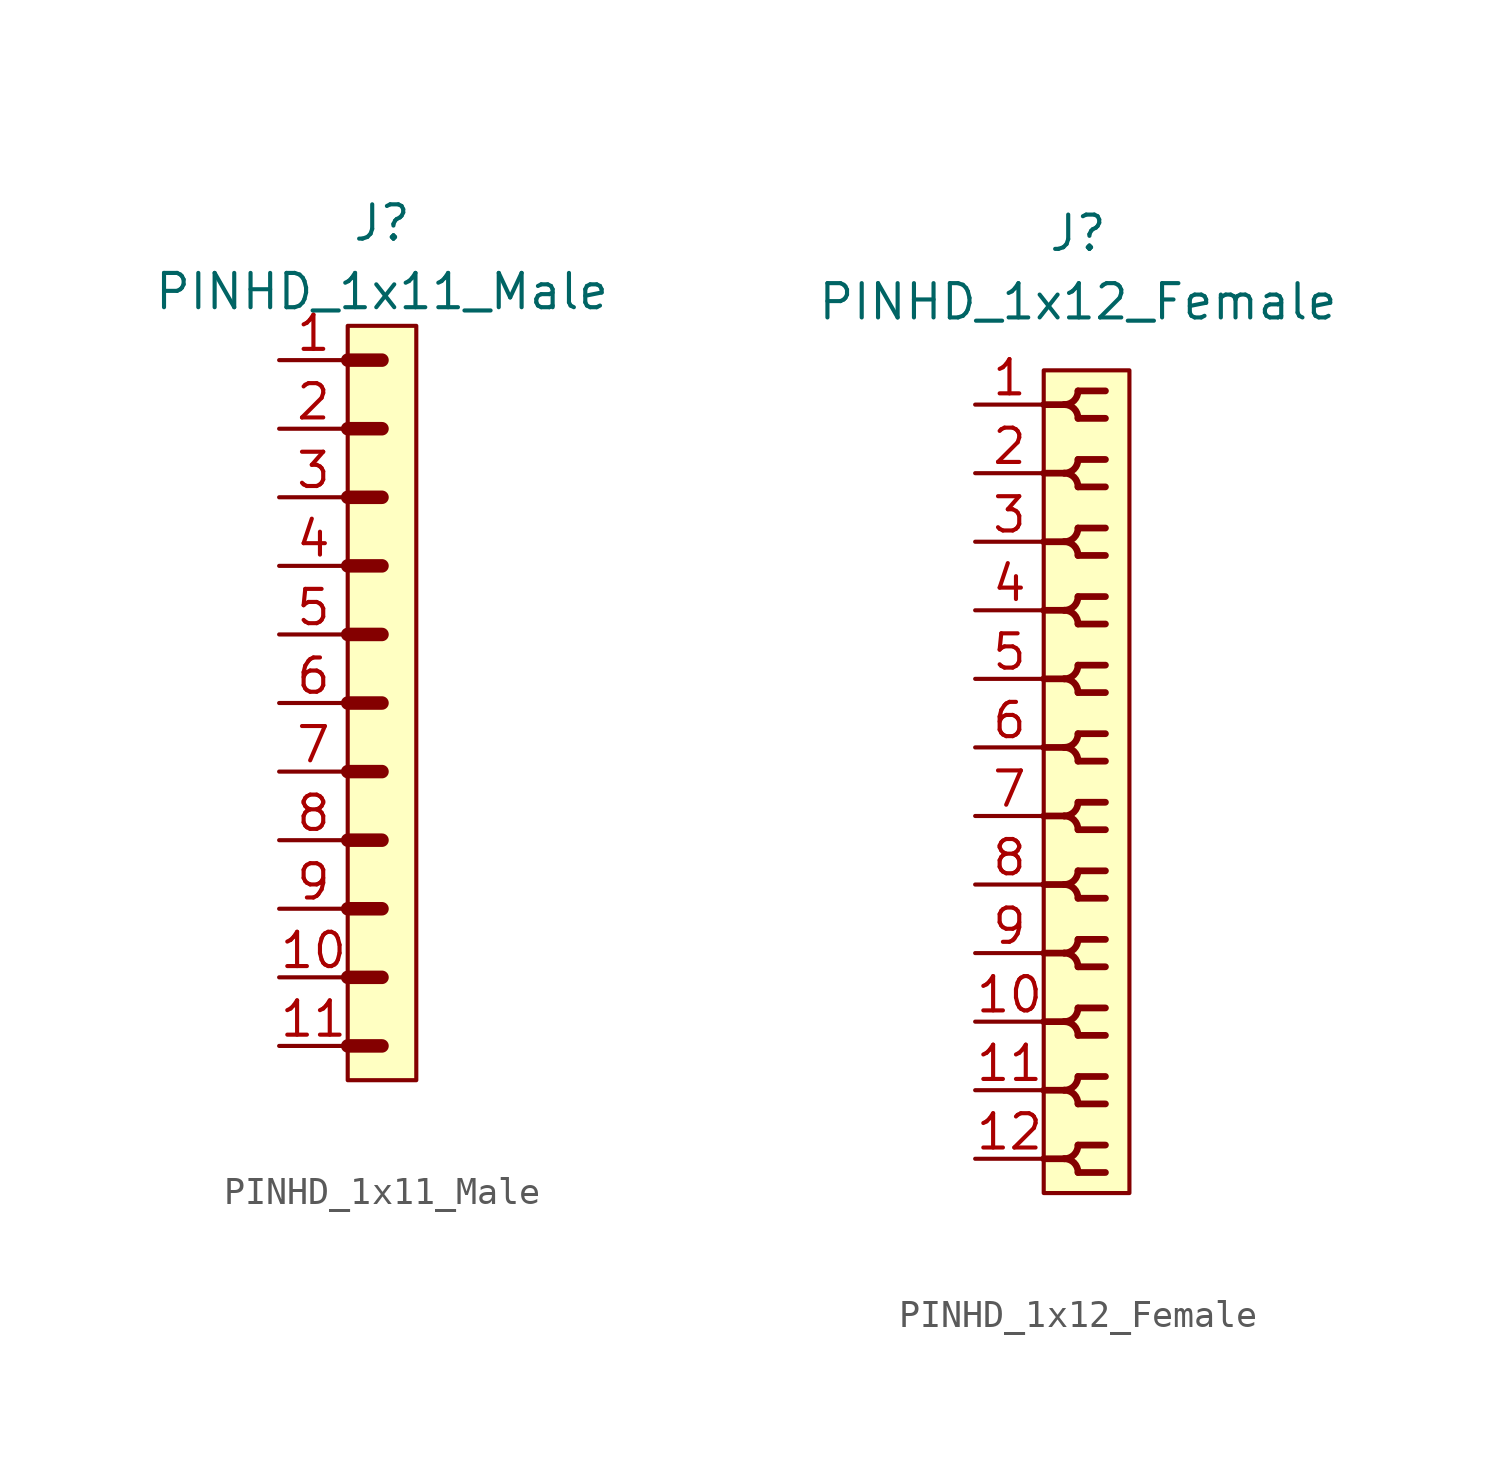
<source format=kicad_sym>
(kicad_symbol_lib
  (version 20211014)
  (generator kicad_symbol_editor)
  (symbol "PINHD_1x11_Male"
    (property "Reference" "J"
      (at 0 17.78 0)
      (effects (font (size 1.27 1.27))))
    (property "Value" "PINHD_1x11_Male"
      (at 0 15.24 0)
      (effects (font (size 1.27 1.27))))
    (symbol "PINHD_1x11_Male_0_1"
      (rectangle (start -1.27 13.97) (end 1.27 -13.97) (stroke (width 0) (type default) (color 0 0 0 0)) (fill (type background)))
      (polyline (pts (xy -1.27 -12.7) (xy 0 -12.7)) (stroke (width 0.5) (type default) (color 0 0 0 0)) (fill (type none)))
      (polyline (pts (xy -1.27 -10.16) (xy 0 -10.16)) (stroke (width 0.3) (type default) (color 0 0 0 0)) (fill (type none)))
      (polyline (pts (xy -1.27 -10.16) (xy 0 -10.16)) (stroke (width 0.5) (type default) (color 0 0 0 0)) (fill (type none)))
      (polyline (pts (xy -1.27 -7.62) (xy 0 -7.62)) (stroke (width 0.3) (type default) (color 0 0 0 0)) (fill (type none)))
      (polyline (pts (xy -1.27 -7.62) (xy 0 -7.62)) (stroke (width 0.5) (type default) (color 0 0 0 0)) (fill (type none)))
      (polyline (pts (xy -1.27 -5.08) (xy 0 -5.08)) (stroke (width 0.3) (type default) (color 0 0 0 0)) (fill (type none)))
      (polyline (pts (xy -1.27 -5.08) (xy 0 -5.08)) (stroke (width 0.5) (type default) (color 0 0 0 0)) (fill (type none)))
      (polyline (pts (xy -1.27 -2.54) (xy 0 -2.54)) (stroke (width 0.3) (type default) (color 0 0 0 0)) (fill (type none)))
      (polyline (pts (xy -1.27 -2.54) (xy 0 -2.54)) (stroke (width 0.5) (type default) (color 0 0 0 0)) (fill (type none)))
      (polyline (pts (xy -1.27 0) (xy 0 0)) (stroke (width 0.3) (type default) (color 0 0 0 0)) (fill (type none)))
      (polyline (pts (xy -1.27 0) (xy 0 0)) (stroke (width 0.5) (type default) (color 0 0 0 0)) (fill (type none)))
      (polyline (pts (xy -1.27 2.54) (xy 0 2.54)) (stroke (width 0.3) (type default) (color 0 0 0 0)) (fill (type none)))
      (polyline (pts (xy -1.27 2.54) (xy 0 2.54)) (stroke (width 0.5) (type default) (color 0 0 0 0)) (fill (type none)))
      (polyline (pts (xy -1.27 5.08) (xy 0 5.08)) (stroke (width 0.3) (type default) (color 0 0 0 0)) (fill (type none)))
      (polyline (pts (xy -1.27 5.08) (xy 0 5.08)) (stroke (width 0.5) (type default) (color 0 0 0 0)) (fill (type none)))
      (polyline (pts (xy -1.27 7.62) (xy 0 7.62)) (stroke (width 0.3) (type default) (color 0 0 0 0)) (fill (type none)))
      (polyline (pts (xy -1.27 7.62) (xy 0 7.62)) (stroke (width 0.5) (type default) (color 0 0 0 0)) (fill (type none)))
      (polyline (pts (xy -1.27 10.16) (xy 0 10.16)) (stroke (width 0.3) (type default) (color 0 0 0 0)) (fill (type none)))
      (polyline (pts (xy -1.27 10.16) (xy 0 10.16)) (stroke (width 0.5) (type default) (color 0 0 0 0)) (fill (type none)))
      (polyline (pts (xy -1.27 12.7) (xy 0 12.7)) (stroke (width 0.5) (type default) (color 0 0 0 0)) (fill (type none))))
    (symbol "PINHD_1x11_Male_1_1"
      (pin passive line (at -3.81 12.7 0) (length 2.54) (name "" (effects (font (size 1.27 1.27)))) (number "1" (effects (font (size 1.27 1.27)))))
      (pin passive line (at -3.81 -10.16 0) (length 2.54) (name "" (effects (font (size 1.27 1.27)))) (number "10" (effects (font (size 1.27 1.27)))))
      (pin passive line (at -3.81 -12.7 0) (length 2.54) (name "" (effects (font (size 1.27 1.27)))) (number "11" (effects (font (size 1.27 1.27)))))
      (pin passive line (at -3.81 10.16 0) (length 2.54) (name "" (effects (font (size 1.27 1.27)))) (number "2" (effects (font (size 1.27 1.27)))))
      (pin passive line (at -3.81 7.62 0) (length 2.54) (name "" (effects (font (size 1.27 1.27)))) (number "3" (effects (font (size 1.27 1.27)))))
      (pin passive line (at -3.81 5.08 0) (length 2.54) (name "" (effects (font (size 1.27 1.27)))) (number "4" (effects (font (size 1.27 1.27)))))
      (pin passive line (at -3.81 2.54 0) (length 2.54) (name "" (effects (font (size 1.27 1.27)))) (number "5" (effects (font (size 1.27 1.27)))))
      (pin passive line (at -3.81 0 0) (length 2.54) (name "" (effects (font (size 1.27 1.27)))) (number "6" (effects (font (size 1.27 1.27)))))
      (pin passive line (at -3.81 -2.54 0) (length 2.54) (name "" (effects (font (size 1.27 1.27)))) (number "7" (effects (font (size 1.27 1.27)))))
      (pin passive line (at -3.81 -5.08 0) (length 2.54) (name "" (effects (font (size 1.27 1.27)))) (number "8" (effects (font (size 1.27 1.27)))))
      (pin passive line (at -3.81 -7.62 0) (length 2.54) (name "" (effects (font (size 1.27 1.27)))) (number "9" (effects (font (size 1.27 1.27)))))))
  (symbol "PINHD_1x12_Female"
    (property "Reference" "J"
      (at 0 20.32 0)
      (effects (font (size 1.27 1.27))))
    (property "Value" "PINHD_1x12_Female"
      (at 0 17.78 0)
      (effects (font (size 1.27 1.27))))
    (symbol "PINHD_1x12_Female_0_1"
      (rectangle (start -1.27 15.24) (end 1.905 -15.24) (stroke (width 0) (type default) (color 0 0 0 0)) (fill (type background)))
      (arc (start -0.508 -13.97) (mid 0.3592 -14.3292) (end 0 -13.462) (stroke (width 0.25) (type default) (color 0 0 0 0)) (fill (type none)))
      (arc (start -0.508 -11.43) (mid 0.3592 -11.7892) (end 0 -10.922) (stroke (width 0.25) (type default) (color 0 0 0 0)) (fill (type none)))
      (arc (start -0.508 -8.89) (mid 0.3592 -9.2492) (end 0 -8.382) (stroke (width 0.25) (type default) (color 0 0 0 0)) (fill (type none)))
      (arc (start -0.508 -6.35) (mid 0.3592 -6.7092) (end 0 -5.842) (stroke (width 0.25) (type default) (color 0 0 0 0)) (fill (type none)))
      (arc (start -0.508 -3.81) (mid 0.3592 -4.1692) (end 0 -3.302) (stroke (width 0.25) (type default) (color 0 0 0 0)) (fill (type none)))
      (arc (start -0.508 -1.27) (mid 0.3592 -1.6292) (end 0 -0.762) (stroke (width 0.25) (type default) (color 0 0 0 0)) (fill (type none)))
      (arc (start -0.508 1.27) (mid 0.3592 0.9108) (end 0 1.778) (stroke (width 0.25) (type default) (color 0 0 0 0)) (fill (type none)))
      (arc (start -0.508 3.81) (mid 0.3592 3.4508) (end 0 4.318) (stroke (width 0.25) (type default) (color 0 0 0 0)) (fill (type none)))
      (arc (start -0.508 6.35) (mid 0.3592 5.9908) (end 0 6.858) (stroke (width 0.25) (type default) (color 0 0 0 0)) (fill (type none)))
      (arc (start -0.508 8.89) (mid 0.3592 8.5308) (end 0 9.398) (stroke (width 0.25) (type default) (color 0 0 0 0)) (fill (type none)))
      (arc (start -0.508 11.43) (mid 0.3592 11.0708) (end 0 11.938) (stroke (width 0.25) (type default) (color 0 0 0 0)) (fill (type none)))
      (arc (start -0.508 13.97) (mid 0.3592 13.6108) (end 0 14.478) (stroke (width 0.25) (type default) (color 0 0 0 0)) (fill (type none)))
      (arc (start 0 -14.478) (mid 0.3592 -13.6108) (end -0.508 -13.97) (stroke (width 0.25) (type default) (color 0 0 0 0)) (fill (type none)))
      (arc (start 0 -11.938) (mid 0.3592 -11.0708) (end -0.508 -11.43) (stroke (width 0.25) (type default) (color 0 0 0 0)) (fill (type none)))
      (arc (start 0 -9.398) (mid 0.3592 -8.5308) (end -0.508 -8.89) (stroke (width 0.25) (type default) (color 0 0 0 0)) (fill (type none)))
      (arc (start 0 -6.858) (mid 0.3592 -5.9908) (end -0.508 -6.35) (stroke (width 0.25) (type default) (color 0 0 0 0)) (fill (type none)))
      (arc (start 0 -4.318) (mid 0.3592 -3.4508) (end -0.508 -3.81) (stroke (width 0.25) (type default) (color 0 0 0 0)) (fill (type none)))
      (arc (start 0 -1.778) (mid 0.3592 -0.9108) (end -0.508 -1.27) (stroke (width 0.25) (type default) (color 0 0 0 0)) (fill (type none)))
      (polyline (pts (xy -1.27 -13.97) (xy -0.508 -13.97)) (stroke (width 0.25) (type default) (color 0 0 0 0)) (fill (type none)))
      (polyline (pts (xy -1.27 -11.43) (xy -0.508 -11.43)) (stroke (width 0.25) (type default) (color 0 0 0 0)) (fill (type none)))
      (polyline (pts (xy -1.27 -8.89) (xy -0.508 -8.89)) (stroke (width 0.25) (type default) (color 0 0 0 0)) (fill (type none)))
      (polyline (pts (xy -1.27 -6.35) (xy -0.508 -6.35)) (stroke (width 0.25) (type default) (color 0 0 0 0)) (fill (type none)))
      (polyline (pts (xy -1.27 -3.81) (xy -0.508 -3.81)) (stroke (width 0.25) (type default) (color 0 0 0 0)) (fill (type none)))
      (polyline (pts (xy -1.27 -1.27) (xy -0.508 -1.27)) (stroke (width 0.25) (type default) (color 0 0 0 0)) (fill (type none)))
      (polyline (pts (xy -1.27 1.27) (xy -0.508 1.27)) (stroke (width 0.25) (type default) (color 0 0 0 0)) (fill (type none)))
      (polyline (pts (xy -1.27 3.81) (xy -0.508 3.81)) (stroke (width 0.25) (type default) (color 0 0 0 0)) (fill (type none)))
      (polyline (pts (xy -1.27 6.35) (xy -0.508 6.35)) (stroke (width 0.25) (type default) (color 0 0 0 0)) (fill (type none)))
      (polyline (pts (xy -1.27 8.89) (xy -0.508 8.89)) (stroke (width 0.25) (type default) (color 0 0 0 0)) (fill (type none)))
      (polyline (pts (xy -1.27 11.43) (xy -0.508 11.43)) (stroke (width 0.25) (type default) (color 0 0 0 0)) (fill (type none)))
      (polyline (pts (xy -1.27 13.97) (xy -0.508 13.97)) (stroke (width 0.25) (type default) (color 0 0 0 0)) (fill (type none)))
      (polyline (pts (xy 0 -14.478) (xy 1.016 -14.478)) (stroke (width 0.25) (type default) (color 0 0 0 0)) (fill (type none)))
      (polyline (pts (xy 0 -13.462) (xy 1.016 -13.462)) (stroke (width 0.25) (type default) (color 0 0 0 0)) (fill (type none)))
      (polyline (pts (xy 0 -11.938) (xy 1.016 -11.938)) (stroke (width 0.25) (type default) (color 0 0 0 0)) (fill (type none)))
      (polyline (pts (xy 0 -10.922) (xy 1.016 -10.922)) (stroke (width 0.25) (type default) (color 0 0 0 0)) (fill (type none)))
      (polyline (pts (xy 0 -9.398) (xy 1.016 -9.398)) (stroke (width 0.25) (type default) (color 0 0 0 0)) (fill (type none)))
      (polyline (pts (xy 0 -8.382) (xy 1.016 -8.382)) (stroke (width 0.25) (type default) (color 0 0 0 0)) (fill (type none)))
      (polyline (pts (xy 0 -6.858) (xy 1.016 -6.858)) (stroke (width 0.25) (type default) (color 0 0 0 0)) (fill (type none)))
      (polyline (pts (xy 0 -5.842) (xy 1.016 -5.842)) (stroke (width 0.25) (type default) (color 0 0 0 0)) (fill (type none)))
      (polyline (pts (xy 0 -4.318) (xy 1.016 -4.318)) (stroke (width 0.25) (type default) (color 0 0 0 0)) (fill (type none)))
      (polyline (pts (xy 0 -3.302) (xy 1.016 -3.302)) (stroke (width 0.25) (type default) (color 0 0 0 0)) (fill (type none)))
      (polyline (pts (xy 0 -1.778) (xy 1.016 -1.778)) (stroke (width 0.25) (type default) (color 0 0 0 0)) (fill (type none)))
      (polyline (pts (xy 0 -0.762) (xy 1.016 -0.762)) (stroke (width 0.25) (type default) (color 0 0 0 0)) (fill (type none)))
      (polyline (pts (xy 0 0.762) (xy 1.016 0.762)) (stroke (width 0.25) (type default) (color 0 0 0 0)) (fill (type none)))
      (polyline (pts (xy 0 1.778) (xy 1.016 1.778)) (stroke (width 0.25) (type default) (color 0 0 0 0)) (fill (type none)))
      (polyline (pts (xy 0 3.302) (xy 1.016 3.302)) (stroke (width 0.25) (type default) (color 0 0 0 0)) (fill (type none)))
      (polyline (pts (xy 0 4.318) (xy 1.016 4.318)) (stroke (width 0.25) (type default) (color 0 0 0 0)) (fill (type none)))
      (polyline (pts (xy 0 5.842) (xy 1.016 5.842)) (stroke (width 0.25) (type default) (color 0 0 0 0)) (fill (type none)))
      (polyline (pts (xy 0 6.858) (xy 1.016 6.858)) (stroke (width 0.25) (type default) (color 0 0 0 0)) (fill (type none)))
      (polyline (pts (xy 0 8.382) (xy 1.016 8.382)) (stroke (width 0.25) (type default) (color 0 0 0 0)) (fill (type none)))
      (polyline (pts (xy 0 9.398) (xy 1.016 9.398)) (stroke (width 0.25) (type default) (color 0 0 0 0)) (fill (type none)))
      (polyline (pts (xy 0 10.922) (xy 1.016 10.922)) (stroke (width 0.25) (type default) (color 0 0 0 0)) (fill (type none)))
      (polyline (pts (xy 0 11.938) (xy 1.016 11.938)) (stroke (width 0.25) (type default) (color 0 0 0 0)) (fill (type none)))
      (polyline (pts (xy 0 13.462) (xy 1.016 13.462)) (stroke (width 0.25) (type default) (color 0 0 0 0)) (fill (type none)))
      (polyline (pts (xy 0 14.478) (xy 1.016 14.478)) (stroke (width 0.25) (type default) (color 0 0 0 0)) (fill (type none)))
      (arc (start 0 0.762) (mid 0.3592 1.6292) (end -0.508 1.27) (stroke (width 0.25) (type default) (color 0 0 0 0)) (fill (type none)))
      (arc (start 0 3.302) (mid 0.3592 4.1692) (end -0.508 3.81) (stroke (width 0.25) (type default) (color 0 0 0 0)) (fill (type none)))
      (arc (start 0 5.842) (mid 0.3592 6.7092) (end -0.508 6.35) (stroke (width 0.25) (type default) (color 0 0 0 0)) (fill (type none)))
      (arc (start 0 8.382) (mid 0.3592 9.2492) (end -0.508 8.89) (stroke (width 0.25) (type default) (color 0 0 0 0)) (fill (type none)))
      (arc (start 0 10.922) (mid 0.3592 11.7892) (end -0.508 11.43) (stroke (width 0.25) (type default) (color 0 0 0 0)) (fill (type none)))
      (arc (start 0 13.462) (mid 0.3592 14.3292) (end -0.508 13.97) (stroke (width 0.25) (type default) (color 0 0 0 0)) (fill (type none))))
    (symbol "PINHD_1x12_Female_1_1"
      (pin passive line (at -3.81 13.97 0) (length 2.54) (name "" (effects (font (size 1.27 1.27)))) (number "1" (effects (font (size 1.27 1.27)))))
      (pin passive line (at -3.81 -8.89 0) (length 2.54) (name "" (effects (font (size 1.27 1.27)))) (number "10" (effects (font (size 1.27 1.27)))))
      (pin passive line (at -3.81 -11.43 0) (length 2.54) (name "" (effects (font (size 1.27 1.27)))) (number "11" (effects (font (size 1.27 1.27)))))
      (pin passive line (at -3.81 -13.97 0) (length 2.54) (name "" (effects (font (size 1.27 1.27)))) (number "12" (effects (font (size 1.27 1.27)))))
      (pin passive line (at -3.81 11.43 0) (length 2.54) (name "" (effects (font (size 1.27 1.27)))) (number "2" (effects (font (size 1.27 1.27)))))
      (pin passive line (at -3.81 8.89 0) (length 2.54) (name "" (effects (font (size 1.27 1.27)))) (number "3" (effects (font (size 1.27 1.27)))))
      (pin passive line (at -3.81 6.35 0) (length 2.54) (name "" (effects (font (size 1.27 1.27)))) (number "4" (effects (font (size 1.27 1.27)))))
      (pin passive line (at -3.81 3.81 0) (length 2.54) (name "" (effects (font (size 1.27 1.27)))) (number "5" (effects (font (size 1.27 1.27)))))
      (pin passive line (at -3.81 1.27 0) (length 2.54) (name "" (effects (font (size 1.27 1.27)))) (number "6" (effects (font (size 1.27 1.27)))))
      (pin passive line (at -3.81 -1.27 0) (length 2.54) (name "" (effects (font (size 1.27 1.27)))) (number "7" (effects (font (size 1.27 1.27)))))
      (pin passive line (at -3.81 -3.81 0) (length 2.54) (name "" (effects (font (size 1.27 1.27)))) (number "8" (effects (font (size 1.27 1.27)))))
      (pin passive line (at -3.81 -6.35 0) (length 2.54) (name "" (effects (font (size 1.27 1.27)))) (number "9" (effects (font (size 1.27 1.27))))))))
</source>
